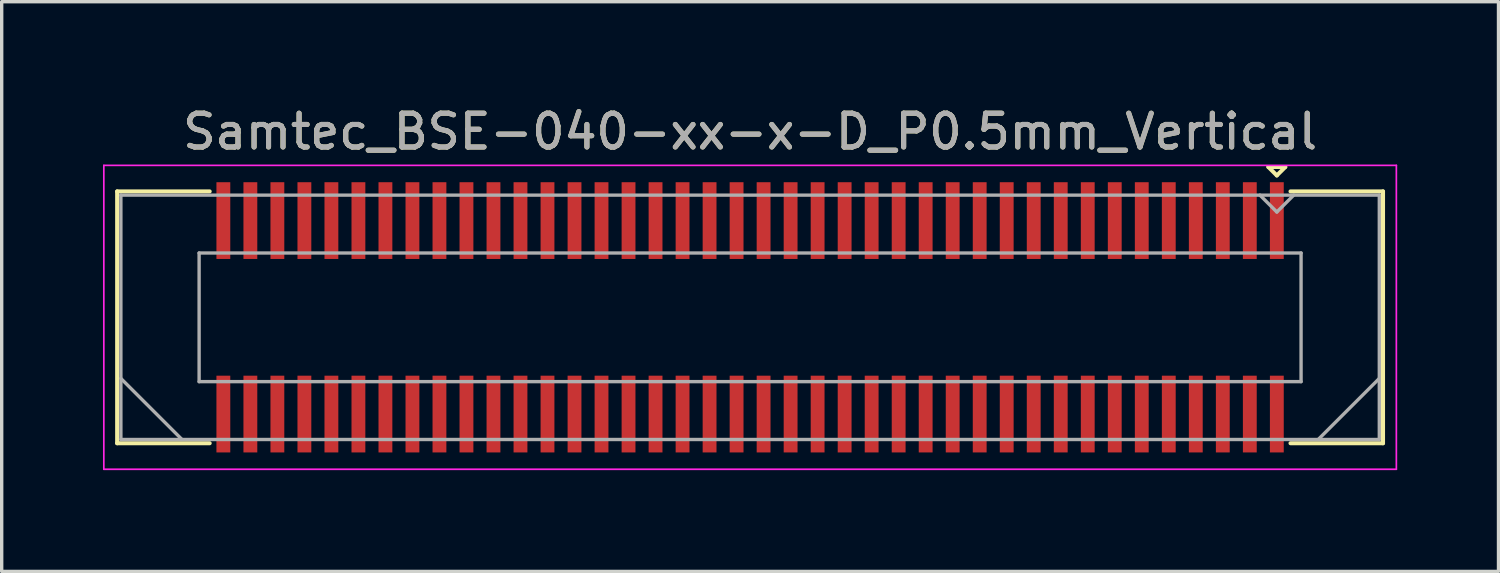
<source format=kicad_pcb>
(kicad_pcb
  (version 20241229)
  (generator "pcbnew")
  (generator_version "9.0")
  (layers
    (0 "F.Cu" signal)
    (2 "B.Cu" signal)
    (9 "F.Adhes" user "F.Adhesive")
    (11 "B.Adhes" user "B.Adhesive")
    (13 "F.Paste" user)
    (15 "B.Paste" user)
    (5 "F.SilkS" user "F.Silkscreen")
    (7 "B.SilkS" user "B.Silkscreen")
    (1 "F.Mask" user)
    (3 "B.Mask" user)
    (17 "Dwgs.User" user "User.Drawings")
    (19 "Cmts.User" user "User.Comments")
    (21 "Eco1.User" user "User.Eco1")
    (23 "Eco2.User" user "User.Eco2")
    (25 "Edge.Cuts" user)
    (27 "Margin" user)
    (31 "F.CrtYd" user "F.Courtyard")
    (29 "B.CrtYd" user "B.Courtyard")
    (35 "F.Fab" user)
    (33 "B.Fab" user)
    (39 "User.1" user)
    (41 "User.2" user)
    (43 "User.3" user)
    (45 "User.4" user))
  (footprint "Samtec_BSE-040-xx-x-D_P0.5mm_Vertical"
    (layer "F.Cu")
    (at 19.165 6.348)
    (property "Reference" "Samtec_BSE-040-xx-x-D_P0.5mm_Vertical" (at 0 -5.5 0) (layer "F.SilkS") (effects (font (size 1 1) (thickness 0.15))))
    (attr smd)
    (fp_line (start -18.745 -3.729) (end -16.005 -3.729) (stroke (width 0.12) (type solid)) (layer "F.SilkS"))
    (fp_line (start -18.745 3.729) (end -18.745 -3.729) (stroke (width 0.12) (type solid)) (layer "F.SilkS"))
    (fp_line (start -16.005 3.729) (end -18.745 3.729) (stroke (width 0.12) (type solid)) (layer "F.SilkS"))
    (fp_line (start 15.35 -4.452) (end 15.85 -4.452) (stroke (width 0.12) (type solid)) (layer "F.SilkS"))
    (fp_line (start 15.6 -4.202) (end 15.35 -4.452) (stroke (width 0.12) (type solid)) (layer "F.SilkS"))
    (fp_line (start 15.85 -4.452) (end 15.6 -4.202) (stroke (width 0.12) (type solid)) (layer "F.SilkS"))
    (fp_line (start 16.005 3.729) (end 18.745 3.729) (stroke (width 0.12) (type solid)) (layer "F.SilkS"))
    (fp_line (start 18.745 -3.729) (end 16.005 -3.729) (stroke (width 0.12) (type solid)) (layer "F.SilkS"))
    (fp_line (start 18.745 3.729) (end 18.745 -3.729) (stroke (width 0.12) (type solid)) (layer "F.SilkS"))
    (fp_line (start -19.14 -4.5) (end -19.14 4.5) (stroke (width 0.05) (type solid)) (layer "F.CrtYd"))
    (fp_line (start -19.14 4.5) (end 19.14 4.5) (stroke (width 0.05) (type solid)) (layer "F.CrtYd"))
    (fp_line (start 19.14 -4.5) (end -19.14 -4.5) (stroke (width 0.05) (type solid)) (layer "F.CrtYd"))
    (fp_line (start 19.14 4.5) (end 19.14 -4.5) (stroke (width 0.05) (type solid)) (layer "F.CrtYd"))
    (fp_line (start -18.635 -3.619) (end -18.635 3.619) (stroke (width 0.1) (type solid)) (layer "F.Fab"))
    (fp_line (start -18.635 1.81) (end -16.825 3.619) (stroke (width 0.1) (type solid)) (layer "F.Fab"))
    (fp_line (start -18.635 3.619) (end 18.635 3.619) (stroke (width 0.1) (type solid)) (layer "F.Fab"))
    (fp_line (start -16.318 -1.905) (end -16.318 1.905) (stroke (width 0.1) (type solid)) (layer "F.Fab"))
    (fp_line (start -16.318 1.905) (end 16.318 1.905) (stroke (width 0.1) (type solid)) (layer "F.Fab"))
    (fp_line (start 15.6 -3.119) (end 15.1 -3.619) (stroke (width 0.1) (type solid)) (layer "F.Fab"))
    (fp_line (start 16.1 -3.619) (end 15.6 -3.119) (stroke (width 0.1) (type solid)) (layer "F.Fab"))
    (fp_line (start 16.318 -1.905) (end -16.318 -1.905) (stroke (width 0.1) (type solid)) (layer "F.Fab"))
    (fp_line (start 16.318 1.905) (end 16.318 -1.905) (stroke (width 0.1) (type solid)) (layer "F.Fab"))
    (fp_line (start 18.635 -3.619) (end -18.635 -3.619) (stroke (width 0.1) (type solid)) (layer "F.Fab"))
    (fp_line (start 18.635 1.81) (end 16.825 3.619) (stroke (width 0.1) (type solid)) (layer "F.Fab"))
    (fp_line (start 18.635 3.619) (end 18.635 -3.619) (stroke (width 0.1) (type solid)) (layer "F.Fab"))
    (fp_text user "${REFERENCE}" (at 0 -5.5 0) (layer "F.Fab") (effects (font (size 1 1) (thickness 0.15))))
    (pad "1" smd rect (at 15.6 -2.865) (size 0.41 2.273) (layers "F.Cu" "F.Mask" "F.Paste"))
    (pad "2" smd rect (at 15.6 2.865) (size 0.41 2.273) (layers "F.Cu" "F.Mask" "F.Paste"))
    (pad "3" smd rect (at 14.8 -2.865) (size 0.41 2.273) (layers "F.Cu" "F.Mask" "F.Paste"))
    (pad "4" smd rect (at 14.8 2.865) (size 0.41 2.273) (layers "F.Cu" "F.Mask" "F.Paste"))
    (pad "5" smd rect (at 14 -2.865) (size 0.41 2.273) (layers "F.Cu" "F.Mask" "F.Paste"))
    (pad "6" smd rect (at 14 2.865) (size 0.41 2.273) (layers "F.Cu" "F.Mask" "F.Paste"))
    (pad "7" smd rect (at 13.2 -2.865) (size 0.41 2.273) (layers "F.Cu" "F.Mask" "F.Paste"))
    (pad "8" smd rect (at 13.2 2.865) (size 0.41 2.273) (layers "F.Cu" "F.Mask" "F.Paste"))
    (pad "9" smd rect (at 12.4 -2.865) (size 0.41 2.273) (layers "F.Cu" "F.Mask" "F.Paste"))
    (pad "10" smd rect (at 12.4 2.865) (size 0.41 2.273) (layers "F.Cu" "F.Mask" "F.Paste"))
    (pad "11" smd rect (at 11.6 -2.865) (size 0.41 2.273) (layers "F.Cu" "F.Mask" "F.Paste"))
    (pad "12" smd rect (at 11.6 2.865) (size 0.41 2.273) (layers "F.Cu" "F.Mask" "F.Paste"))
    (pad "13" smd rect (at 10.8 -2.865) (size 0.41 2.273) (layers "F.Cu" "F.Mask" "F.Paste"))
    (pad "14" smd rect (at 10.8 2.865) (size 0.41 2.273) (layers "F.Cu" "F.Mask" "F.Paste"))
    (pad "15" smd rect (at 10 -2.865) (size 0.41 2.273) (layers "F.Cu" "F.Mask" "F.Paste"))
    (pad "16" smd rect (at 10 2.865) (size 0.41 2.273) (layers "F.Cu" "F.Mask" "F.Paste"))
    (pad "17" smd rect (at 9.2 -2.865) (size 0.41 2.273) (layers "F.Cu" "F.Mask" "F.Paste"))
    (pad "18" smd rect (at 9.2 2.865) (size 0.41 2.273) (layers "F.Cu" "F.Mask" "F.Paste"))
    (pad "19" smd rect (at 8.4 -2.865) (size 0.41 2.273) (layers "F.Cu" "F.Mask" "F.Paste"))
    (pad "20" smd rect (at 8.4 2.865) (size 0.41 2.273) (layers "F.Cu" "F.Mask" "F.Paste"))
    (pad "21" smd rect (at 7.6 -2.865) (size 0.41 2.273) (layers "F.Cu" "F.Mask" "F.Paste"))
    (pad "22" smd rect (at 7.6 2.865) (size 0.41 2.273) (layers "F.Cu" "F.Mask" "F.Paste"))
    (pad "23" smd rect (at 6.8 -2.865) (size 0.41 2.273) (layers "F.Cu" "F.Mask" "F.Paste"))
    (pad "24" smd rect (at 6.8 2.865) (size 0.41 2.273) (layers "F.Cu" "F.Mask" "F.Paste"))
    (pad "25" smd rect (at 6 -2.865) (size 0.41 2.273) (layers "F.Cu" "F.Mask" "F.Paste"))
    (pad "26" smd rect (at 6 2.865) (size 0.41 2.273) (layers "F.Cu" "F.Mask" "F.Paste"))
    (pad "27" smd rect (at 5.2 -2.865) (size 0.41 2.273) (layers "F.Cu" "F.Mask" "F.Paste"))
    (pad "28" smd rect (at 5.2 2.865) (size 0.41 2.273) (layers "F.Cu" "F.Mask" "F.Paste"))
    (pad "29" smd rect (at 4.4 -2.865) (size 0.41 2.273) (layers "F.Cu" "F.Mask" "F.Paste"))
    (pad "30" smd rect (at 4.4 2.865) (size 0.41 2.273) (layers "F.Cu" "F.Mask" "F.Paste"))
    (pad "31" smd rect (at 3.6 -2.865) (size 0.41 2.273) (layers "F.Cu" "F.Mask" "F.Paste"))
    (pad "32" smd rect (at 3.6 2.865) (size 0.41 2.273) (layers "F.Cu" "F.Mask" "F.Paste"))
    (pad "33" smd rect (at 2.8 -2.865) (size 0.41 2.273) (layers "F.Cu" "F.Mask" "F.Paste"))
    (pad "34" smd rect (at 2.8 2.865) (size 0.41 2.273) (layers "F.Cu" "F.Mask" "F.Paste"))
    (pad "35" smd rect (at 2 -2.865) (size 0.41 2.273) (layers "F.Cu" "F.Mask" "F.Paste"))
    (pad "36" smd rect (at 2 2.865) (size 0.41 2.273) (layers "F.Cu" "F.Mask" "F.Paste"))
    (pad "37" smd rect (at 1.2 -2.865) (size 0.41 2.273) (layers "F.Cu" "F.Mask" "F.Paste"))
    (pad "38" smd rect (at 1.2 2.865) (size 0.41 2.273) (layers "F.Cu" "F.Mask" "F.Paste"))
    (pad "39" smd rect (at 0.4 -2.865) (size 0.41 2.273) (layers "F.Cu" "F.Mask" "F.Paste"))
    (pad "40" smd rect (at 0.4 2.865) (size 0.41 2.273) (layers "F.Cu" "F.Mask" "F.Paste"))
    (pad "41" smd rect (at -0.4 -2.865) (size 0.41 2.273) (layers "F.Cu" "F.Mask" "F.Paste"))
    (pad "42" smd rect (at -0.4 2.865) (size 0.41 2.273) (layers "F.Cu" "F.Mask" "F.Paste"))
    (pad "43" smd rect (at -1.2 -2.865) (size 0.41 2.273) (layers "F.Cu" "F.Mask" "F.Paste"))
    (pad "44" smd rect (at -1.2 2.865) (size 0.41 2.273) (layers "F.Cu" "F.Mask" "F.Paste"))
    (pad "45" smd rect (at -2 -2.865) (size 0.41 2.273) (layers "F.Cu" "F.Mask" "F.Paste"))
    (pad "46" smd rect (at -2 2.865) (size 0.41 2.273) (layers "F.Cu" "F.Mask" "F.Paste"))
    (pad "47" smd rect (at -2.8 -2.865) (size 0.41 2.273) (layers "F.Cu" "F.Mask" "F.Paste"))
    (pad "48" smd rect (at -2.8 2.865) (size 0.41 2.273) (layers "F.Cu" "F.Mask" "F.Paste"))
    (pad "49" smd rect (at -3.6 -2.865) (size 0.41 2.273) (layers "F.Cu" "F.Mask" "F.Paste"))
    (pad "50" smd rect (at -3.6 2.865) (size 0.41 2.273) (layers "F.Cu" "F.Mask" "F.Paste"))
    (pad "51" smd rect (at -4.4 -2.865) (size 0.41 2.273) (layers "F.Cu" "F.Mask" "F.Paste"))
    (pad "52" smd rect (at -4.4 2.865) (size 0.41 2.273) (layers "F.Cu" "F.Mask" "F.Paste"))
    (pad "53" smd rect (at -5.2 -2.865) (size 0.41 2.273) (layers "F.Cu" "F.Mask" "F.Paste"))
    (pad "54" smd rect (at -5.2 2.865) (size 0.41 2.273) (layers "F.Cu" "F.Mask" "F.Paste"))
    (pad "55" smd rect (at -6 -2.865) (size 0.41 2.273) (layers "F.Cu" "F.Mask" "F.Paste"))
    (pad "56" smd rect (at -6 2.865) (size 0.41 2.273) (layers "F.Cu" "F.Mask" "F.Paste"))
    (pad "57" smd rect (at -6.8 -2.865) (size 0.41 2.273) (layers "F.Cu" "F.Mask" "F.Paste"))
    (pad "58" smd rect (at -6.8 2.865) (size 0.41 2.273) (layers "F.Cu" "F.Mask" "F.Paste"))
    (pad "59" smd rect (at -7.6 -2.865) (size 0.41 2.273) (layers "F.Cu" "F.Mask" "F.Paste"))
    (pad "60" smd rect (at -7.6 2.865) (size 0.41 2.273) (layers "F.Cu" "F.Mask" "F.Paste"))
    (pad "61" smd rect (at -8.4 -2.865) (size 0.41 2.273) (layers "F.Cu" "F.Mask" "F.Paste"))
    (pad "62" smd rect (at -8.4 2.865) (size 0.41 2.273) (layers "F.Cu" "F.Mask" "F.Paste"))
    (pad "63" smd rect (at -9.2 -2.865) (size 0.41 2.273) (layers "F.Cu" "F.Mask" "F.Paste"))
    (pad "64" smd rect (at -9.2 2.865) (size 0.41 2.273) (layers "F.Cu" "F.Mask" "F.Paste"))
    (pad "65" smd rect (at -10 -2.865) (size 0.41 2.273) (layers "F.Cu" "F.Mask" "F.Paste"))
    (pad "66" smd rect (at -10 2.865) (size 0.41 2.273) (layers "F.Cu" "F.Mask" "F.Paste"))
    (pad "67" smd rect (at -10.8 -2.865) (size 0.41 2.273) (layers "F.Cu" "F.Mask" "F.Paste"))
    (pad "68" smd rect (at -10.8 2.865) (size 0.41 2.273) (layers "F.Cu" "F.Mask" "F.Paste"))
    (pad "69" smd rect (at -11.6 -2.865) (size 0.41 2.273) (layers "F.Cu" "F.Mask" "F.Paste"))
    (pad "70" smd rect (at -11.6 2.865) (size 0.41 2.273) (layers "F.Cu" "F.Mask" "F.Paste"))
    (pad "71" smd rect (at -12.4 -2.865) (size 0.41 2.273) (layers "F.Cu" "F.Mask" "F.Paste"))
    (pad "72" smd rect (at -12.4 2.865) (size 0.41 2.273) (layers "F.Cu" "F.Mask" "F.Paste"))
    (pad "73" smd rect (at -13.2 -2.865) (size 0.41 2.273) (layers "F.Cu" "F.Mask" "F.Paste"))
    (pad "74" smd rect (at -13.2 2.865) (size 0.41 2.273) (layers "F.Cu" "F.Mask" "F.Paste"))
    (pad "75" smd rect (at -14 -2.865) (size 0.41 2.273) (layers "F.Cu" "F.Mask" "F.Paste"))
    (pad "76" smd rect (at -14 2.865) (size 0.41 2.273) (layers "F.Cu" "F.Mask" "F.Paste"))
    (pad "77" smd rect (at -14.8 -2.865) (size 0.41 2.273) (layers "F.Cu" "F.Mask" "F.Paste"))
    (pad "78" smd rect (at -14.8 2.865) (size 0.41 2.273) (layers "F.Cu" "F.Mask" "F.Paste"))
    (pad "79" smd rect (at -15.6 -2.865) (size 0.41 2.273) (layers "F.Cu" "F.Mask" "F.Paste"))
    (pad "80" smd rect (at -15.6 2.865) (size 0.41 2.273) (layers "F.Cu" "F.Mask" "F.Paste")))
  (gr_rect
    (start -3 -3)
    (end 41.33 13.873)
    (stroke (width 0.1) (type default))
    (fill no)
    (layer "Edge.Cuts")))
</source>
